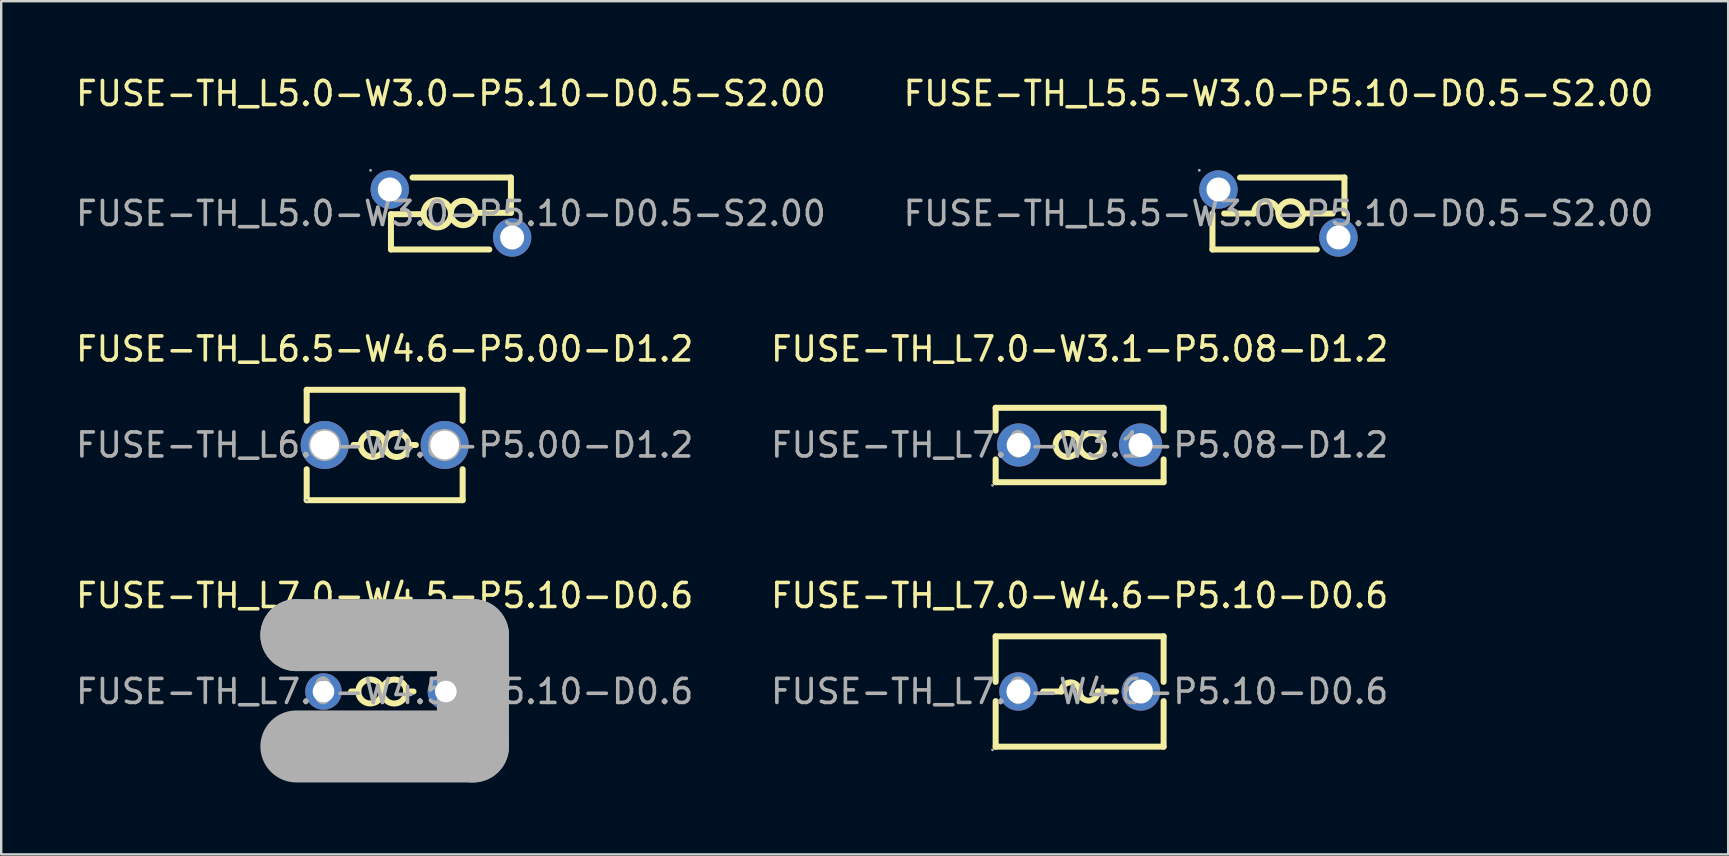
<source format=kicad_pcb>
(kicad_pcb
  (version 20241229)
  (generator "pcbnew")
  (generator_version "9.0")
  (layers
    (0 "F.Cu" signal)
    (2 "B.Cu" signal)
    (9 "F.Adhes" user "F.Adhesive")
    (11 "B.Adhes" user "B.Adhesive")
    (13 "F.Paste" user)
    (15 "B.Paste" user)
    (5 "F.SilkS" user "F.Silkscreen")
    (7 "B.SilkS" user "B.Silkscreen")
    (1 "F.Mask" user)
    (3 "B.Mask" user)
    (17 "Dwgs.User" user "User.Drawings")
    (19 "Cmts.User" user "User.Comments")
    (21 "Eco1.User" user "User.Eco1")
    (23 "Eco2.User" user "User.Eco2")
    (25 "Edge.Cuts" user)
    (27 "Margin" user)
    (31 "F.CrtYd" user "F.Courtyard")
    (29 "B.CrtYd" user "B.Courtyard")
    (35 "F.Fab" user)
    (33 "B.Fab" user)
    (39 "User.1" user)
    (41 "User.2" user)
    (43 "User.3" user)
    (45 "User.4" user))
  (footprint "FUSE-TH_L7.0-W3.1-P5.08-D1.2"
    (layer "F.Cu")
    (at 41.946 15.496)
    (property "Reference" "FUSE-TH_L7.0-W3.1-P5.08-D1.2" (at 0 -4 0) (layer "F.SilkS") (effects (font (size 1 1) (thickness 0.15))))
    (attr through_hole)
    (fp_line (start -3.5 -1.55) (end -3.5 -0.6) (stroke (width 0.25) (type solid)) (layer "F.SilkS"))
    (fp_line (start -3.5 -1.55) (end 3.5 -1.55) (stroke (width 0.25) (type solid)) (layer "F.SilkS"))
    (fp_line (start -3.5 0.6) (end -3.5 1.55) (stroke (width 0.25) (type solid)) (layer "F.SilkS"))
    (fp_line (start 3.5 -1.55) (end 3.5 -0.6) (stroke (width 0.25) (type solid)) (layer "F.SilkS"))
    (fp_line (start 3.5 0.6) (end 3.5 1.55) (stroke (width 0.25) (type solid)) (layer "F.SilkS"))
    (fp_line (start 3.5 1.55) (end -3.5 1.55) (stroke (width 0.25) (type solid)) (layer "F.SilkS"))
    (fp_arc (start -0.000076 0.008726) (mid -0.999981 -0.004363) (end 0 0) (stroke (width 0.25) (type solid)) (layer "F.SilkS"))
    (fp_arc (start 0.000076 -0.008726) (mid 0.999981 0.004363) (end 0 0) (stroke (width 0.25) (type solid)) (layer "F.SilkS"))
    (fp_circle (center -3.63 1.68) (end -3.6 1.68) (stroke (width 0.06) (type solid)) (fill no) (layer "F.Fab"))
    (fp_circle (center -2.54 0) (end -2.34 0) (stroke (width 0.4) (type solid)) (fill no) (layer "F.Fab"))
    (fp_circle (center 2.54 0) (end 2.74 0) (stroke (width 0.4) (type solid)) (fill no) (layer "F.Fab"))
    (fp_text user "${REFERENCE}" (at 0 0 0) (layer "F.Fab") (effects (font (size 1 1) (thickness 0.15))))
    (pad "1" thru_hole circle (at -2.54 0) (size 1.8 1.8) (drill 1) (layers "*.Cu" "*.Paste" "*.Mask"))
    (pad "2" thru_hole circle (at 2.54 0) (size 1.8 1.8) (drill 1) (layers "*.Cu" "*.Paste" "*.Mask")))
  (footprint "FUSE-TH_L5.0-W3.0-P5.10-D0.5-S2.00"
    (layer "F.Cu")
    (at 15.744 5.848)
    (property "Reference" "FUSE-TH_L5.0-W3.0-P5.10-D0.5-S2.00" (at 0 -5 0) (layer "F.SilkS") (effects (font (size 1 1) (thickness 0.15))))
    (attr through_hole)
    (fp_line (start -2.5 0.03) (end -1.14 0.03) (stroke (width 0.25) (type solid)) (layer "F.SilkS"))
    (fp_line (start -2.5 1.5) (end -2.5 0.03) (stroke (width 0.25) (type solid)) (layer "F.SilkS"))
    (fp_line (start -2.5 1.5) (end 1.6 1.5) (stroke (width 0.25) (type solid)) (layer "F.SilkS"))
    (fp_line (start 2.5 -1.5) (end -1.6 -1.5) (stroke (width 0.25) (type solid)) (layer "F.SilkS"))
    (fp_line (start 2.5 -1.5) (end 2.5 -0.03) (stroke (width 0.25) (type solid)) (layer "F.SilkS"))
    (fp_line (start 2.5 -0.03) (end 1.02 -0.03) (stroke (width 0.25) (type solid)) (layer "F.SilkS"))
    (fp_arc (start -0.000271 -0.008904) (mid 1.020155 -0.035549) (end 0 0) (stroke (width 0.25) (type solid)) (layer "F.SilkS"))
    (fp_arc (start 0.000088 0.009949) (mid -1.140066 0.015026) (end 0 0) (stroke (width 0.25) (type solid)) (layer "F.SilkS"))
    (fp_circle (center -3.35 -1.8) (end -3.32 -1.8) (stroke (width 0.06) (type solid)) (fill no) (layer "F.Fab"))
    (fp_circle (center -2.55 -1) (end -2.35 -1) (stroke (width 0.4) (type solid)) (fill no) (layer "F.Fab"))
    (fp_circle (center 2.55 1) (end 2.75 1) (stroke (width 0.4) (type solid)) (fill no) (layer "F.Fab"))
    (fp_text user "${REFERENCE}" (at 0 0 0) (layer "F.Fab") (effects (font (size 1 1) (thickness 0.15))))
    (pad "1" thru_hole circle (at -2.55 -1) (size 1.6 1.6) (drill 1) (layers "*.Cu" "*.Paste" "*.Mask"))
    (pad "2" thru_hole circle (at 2.55 1) (size 1.6 1.6) (drill 1) (layers "*.Cu" "*.Paste" "*.Mask")))
  (footprint "FUSE-TH_L7.0-W4.6-P5.10-D0.6"
    (layer "F.Cu")
    (at 41.946 25.77)
    (property "Reference" "FUSE-TH_L7.0-W4.6-P5.10-D0.6" (at 0 -4 0) (layer "F.SilkS") (effects (font (size 1 1) (thickness 0.15))))
    (attr through_hole)
    (fp_line (start -3.5 -2.3) (end -3.5 -0.4) (stroke (width 0.25) (type solid)) (layer "F.SilkS"))
    (fp_line (start -3.5 -2.3) (end 3.5 -2.3) (stroke (width 0.25) (type solid)) (layer "F.SilkS"))
    (fp_line (start -3.5 0.4) (end -3.5 2.3) (stroke (width 0.25) (type solid)) (layer "F.SilkS"))
    (fp_line (start -1.52 0) (end -0.76 0) (stroke (width 0.25) (type solid)) (layer "F.SilkS"))
    (fp_line (start 1.52 0) (end 0.76 0) (stroke (width 0.25) (type solid)) (layer "F.SilkS"))
    (fp_line (start 3.5 -2.3) (end 3.5 -0.4) (stroke (width 0.25) (type solid)) (layer "F.SilkS"))
    (fp_line (start 3.5 0.4) (end 3.5 2.3) (stroke (width 0.25) (type solid)) (layer "F.SilkS"))
    (fp_line (start 3.5 2.3) (end -3.5 2.3) (stroke (width 0.25) (type solid)) (layer "F.SilkS"))
    (fp_arc (start -0.76 0) (mid -0.38 -0.38) (end 0 0) (stroke (width 0.25) (type solid)) (layer "F.SilkS"))
    (fp_arc (start 0.76 0) (mid 0.38 0.38) (end 0 0) (stroke (width 0.25) (type solid)) (layer "F.SilkS"))
    (fp_circle (center -3.63 2.43) (end -3.6 2.43) (stroke (width 0.06) (type solid)) (fill no) (layer "F.Fab"))
    (fp_circle (center -2.55 0) (end -2.35 0) (stroke (width 0.4) (type solid)) (fill no) (layer "F.Fab"))
    (fp_circle (center 2.55 0) (end 2.75 0) (stroke (width 0.4) (type solid)) (fill no) (layer "F.Fab"))
    (fp_text user "${REFERENCE}" (at 0 0 0) (layer "F.Fab") (effects (font (size 1 1) (thickness 0.15))))
    (pad "1" thru_hole circle (at -2.55 0) (size 1.6 1.6) (drill 1) (layers "*.Cu" "*.Paste" "*.Mask"))
    (pad "2" thru_hole circle (at 2.55 0) (size 1.6 1.6) (drill 1) (layers "*.Cu" "*.Paste" "*.Mask")))
  (footprint "FUSE-TH_L7.0-W4.5-P5.10-D0.6"
    (layer "F.Cu")
    (at 12.982 25.77)
    (property "Reference" "FUSE-TH_L7.0-W4.5-P5.10-D0.6" (at 0 -4 0) (layer "F.SilkS") (effects (font (size 1 1) (thickness 0.15))))
    (attr through_hole)
    (fp_line (start -1.1 0) (end -1.4 0) (stroke (width 0.25) (type solid)) (layer "F.SilkS"))
    (fp_line (start 0.9 0) (end 1.2 0) (stroke (width 0.25) (type solid)) (layer "F.SilkS"))
    (fp_arc (start -0.100076 0.008726) (mid -1.099981 -0.004363) (end -0.1 0) (stroke (width 0.25) (type solid)) (layer "F.SilkS"))
    (fp_arc (start -0.099924 -0.008726) (mid 0.899981 0.004363) (end -0.1 0) (stroke (width 0.25) (type solid)) (layer "F.SilkS"))
    (fp_line (start -3.68 -2.35) (end -3.68 -2.35) (stroke (width 3) (type solid)) (layer "F.Fab"))
    (fp_line (start -3.68 -2.35) (end 3.68 -2.35) (stroke (width 3) (type solid)) (layer "F.Fab"))
    (fp_line (start 3.68 -2.35) (end 3.68 2.29) (stroke (width 3) (type solid)) (layer "F.Fab"))
    (fp_line (start 3.68 2.29) (end -3.68 2.29) (stroke (width 3) (type solid)) (layer "F.Fab"))
    (fp_circle (center -3.5 2.25) (end -3.47 2.25) (stroke (width 0.06) (type solid)) (fill no) (layer "F.Fab"))
    (fp_circle (center -2.55 0) (end -2.4 0) (stroke (width 0.3) (type solid)) (fill no) (layer "F.Fab"))
    (fp_circle (center 2.55 0) (end 2.7 0) (stroke (width 0.3) (type solid)) (fill no) (layer "F.Fab"))
    (fp_text user "${REFERENCE}" (at 0 0 0) (layer "F.Fab") (effects (font (size 1 1) (thickness 0.15))))
    (pad "1" thru_hole circle (at -2.55 0) (size 1.52 1.52) (drill 0.9) (layers "*.Cu" "*.Paste" "*.Mask"))
    (pad "2" thru_hole circle (at 2.55 0 180) (size 1.52 1.52) (drill 0.9) (layers "*.Cu" "*.Paste" "*.Mask")))
  (footprint "FUSE-TH_L5.5-W3.0-P5.10-D0.5-S2.00"
    (layer "F.Cu")
    (at 50.232 5.848)
    (property "Reference" "FUSE-TH_L5.5-W3.0-P5.10-D0.5-S2.00" (at 0 -5 0) (layer "F.SilkS") (effects (font (size 1 1) (thickness 0.15))))
    (attr through_hole)
    (fp_line (start -2.75 1.5) (end -2.75 0) (stroke (width 0.25) (type solid)) (layer "F.SilkS"))
    (fp_line (start -2.75 1.5) (end 1.6 1.5) (stroke (width 0.25) (type solid)) (layer "F.SilkS"))
    (fp_line (start -2.26 0) (end -1.02 0) (stroke (width 0.25) (type solid)) (layer "F.SilkS"))
    (fp_line (start 2.26 0) (end 1.02 0) (stroke (width 0.25) (type solid)) (layer "F.SilkS"))
    (fp_line (start 2.75 -1.5) (end -1.6 -1.5) (stroke (width 0.25) (type solid)) (layer "F.SilkS"))
    (fp_line (start 2.75 -1.5) (end 2.75 0) (stroke (width 0.25) (type solid)) (layer "F.SilkS"))
    (fp_arc (start -1.02 0) (mid -0.51 -0.51) (end 0 0) (stroke (width 0.25) (type solid)) (layer "F.SilkS"))
    (fp_arc (start 0.000078 -0.008901) (mid 1.01998 0.004451) (end 0 0) (stroke (width 0.25) (type solid)) (layer "F.SilkS"))
    (fp_circle (center -3.3 -1.8) (end -3.27 -1.8) (stroke (width 0.06) (type solid)) (fill no) (layer "F.Fab"))
    (fp_circle (center -2.5 -1) (end -2.3 -1) (stroke (width 0.4) (type solid)) (fill no) (layer "F.Fab"))
    (fp_circle (center 2.5 1) (end 2.7 1) (stroke (width 0.4) (type solid)) (fill no) (layer "F.Fab"))
    (fp_text user "${REFERENCE}" (at 0 0 0) (layer "F.Fab") (effects (font (size 1 1) (thickness 0.15))))
    (pad "1" thru_hole circle (at -2.5 -1) (size 1.6 1.6) (drill 1) (layers "*.Cu" "*.Paste" "*.Mask"))
    (pad "2" thru_hole circle (at 2.5 1) (size 1.6 1.6) (drill 1) (layers "*.Cu" "*.Paste" "*.Mask")))
  (footprint "FUSE-TH_L6.5-W4.6-P5.00-D1.2"
    (layer "F.Cu")
    (at 12.982 15.496)
    (property "Reference" "FUSE-TH_L6.5-W4.6-P5.00-D1.2" (at 0 -4 0) (layer "F.SilkS") (effects (font (size 1 1) (thickness 0.15))))
    (attr through_hole)
    (fp_line (start -3.25 -2.3) (end -3.25 -1.01) (stroke (width 0.25) (type solid)) (layer "F.SilkS"))
    (fp_line (start -3.25 -2.3) (end 3.25 -2.3) (stroke (width 0.25) (type solid)) (layer "F.SilkS"))
    (fp_line (start -3.25 1.01) (end -3.25 2.3) (stroke (width 0.25) (type solid)) (layer "F.SilkS"))
    (fp_line (start -1 0) (end -1.3 0) (stroke (width 0.25) (type solid)) (layer "F.SilkS"))
    (fp_line (start 1 0) (end 1.3 0) (stroke (width 0.25) (type solid)) (layer "F.SilkS"))
    (fp_line (start 3.25 -2.3) (end 3.25 -1.01) (stroke (width 0.25) (type solid)) (layer "F.SilkS"))
    (fp_line (start 3.25 1.01) (end 3.25 2.3) (stroke (width 0.25) (type solid)) (layer "F.SilkS"))
    (fp_line (start 3.25 2.3) (end -3.25 2.3) (stroke (width 0.25) (type solid)) (layer "F.SilkS"))
    (fp_arc (start -0.000076 0.008726) (mid -0.999981 -0.004363) (end 0 0) (stroke (width 0.25) (type solid)) (layer "F.SilkS"))
    (fp_arc (start 0.000076 -0.008726) (mid 0.999981 0.004363) (end 0 0) (stroke (width 0.25) (type solid)) (layer "F.SilkS"))
    (fp_circle (center -3.25 2.3) (end -3.22 2.3) (stroke (width 0.06) (type solid)) (fill no) (layer "F.Fab"))
    (fp_circle (center -2.5 0) (end -2.28 0) (stroke (width 0.45) (type solid)) (fill no) (layer "F.Fab"))
    (fp_circle (center 2.5 0) (end 2.72 0) (stroke (width 0.45) (type solid)) (fill no) (layer "F.Fab"))
    (fp_text user "${REFERENCE}" (at 0 0 0) (layer "F.Fab") (effects (font (size 1 1) (thickness 0.15))))
    (pad "1" thru_hole circle (at -2.5 0) (size 2 2) (drill 1.2) (layers "*.Cu" "*.Paste" "*.Mask"))
    (pad "2" thru_hole circle (at 2.5 0) (size 2 2) (drill 1.2) (layers "*.Cu" "*.Paste" "*.Mask")))
  (gr_rect
    (start -3 -3)
    (end 68.976 32.56)
    (stroke (width 0.1) (type default))
    (fill no)
    (layer "Edge.Cuts")))
</source>
